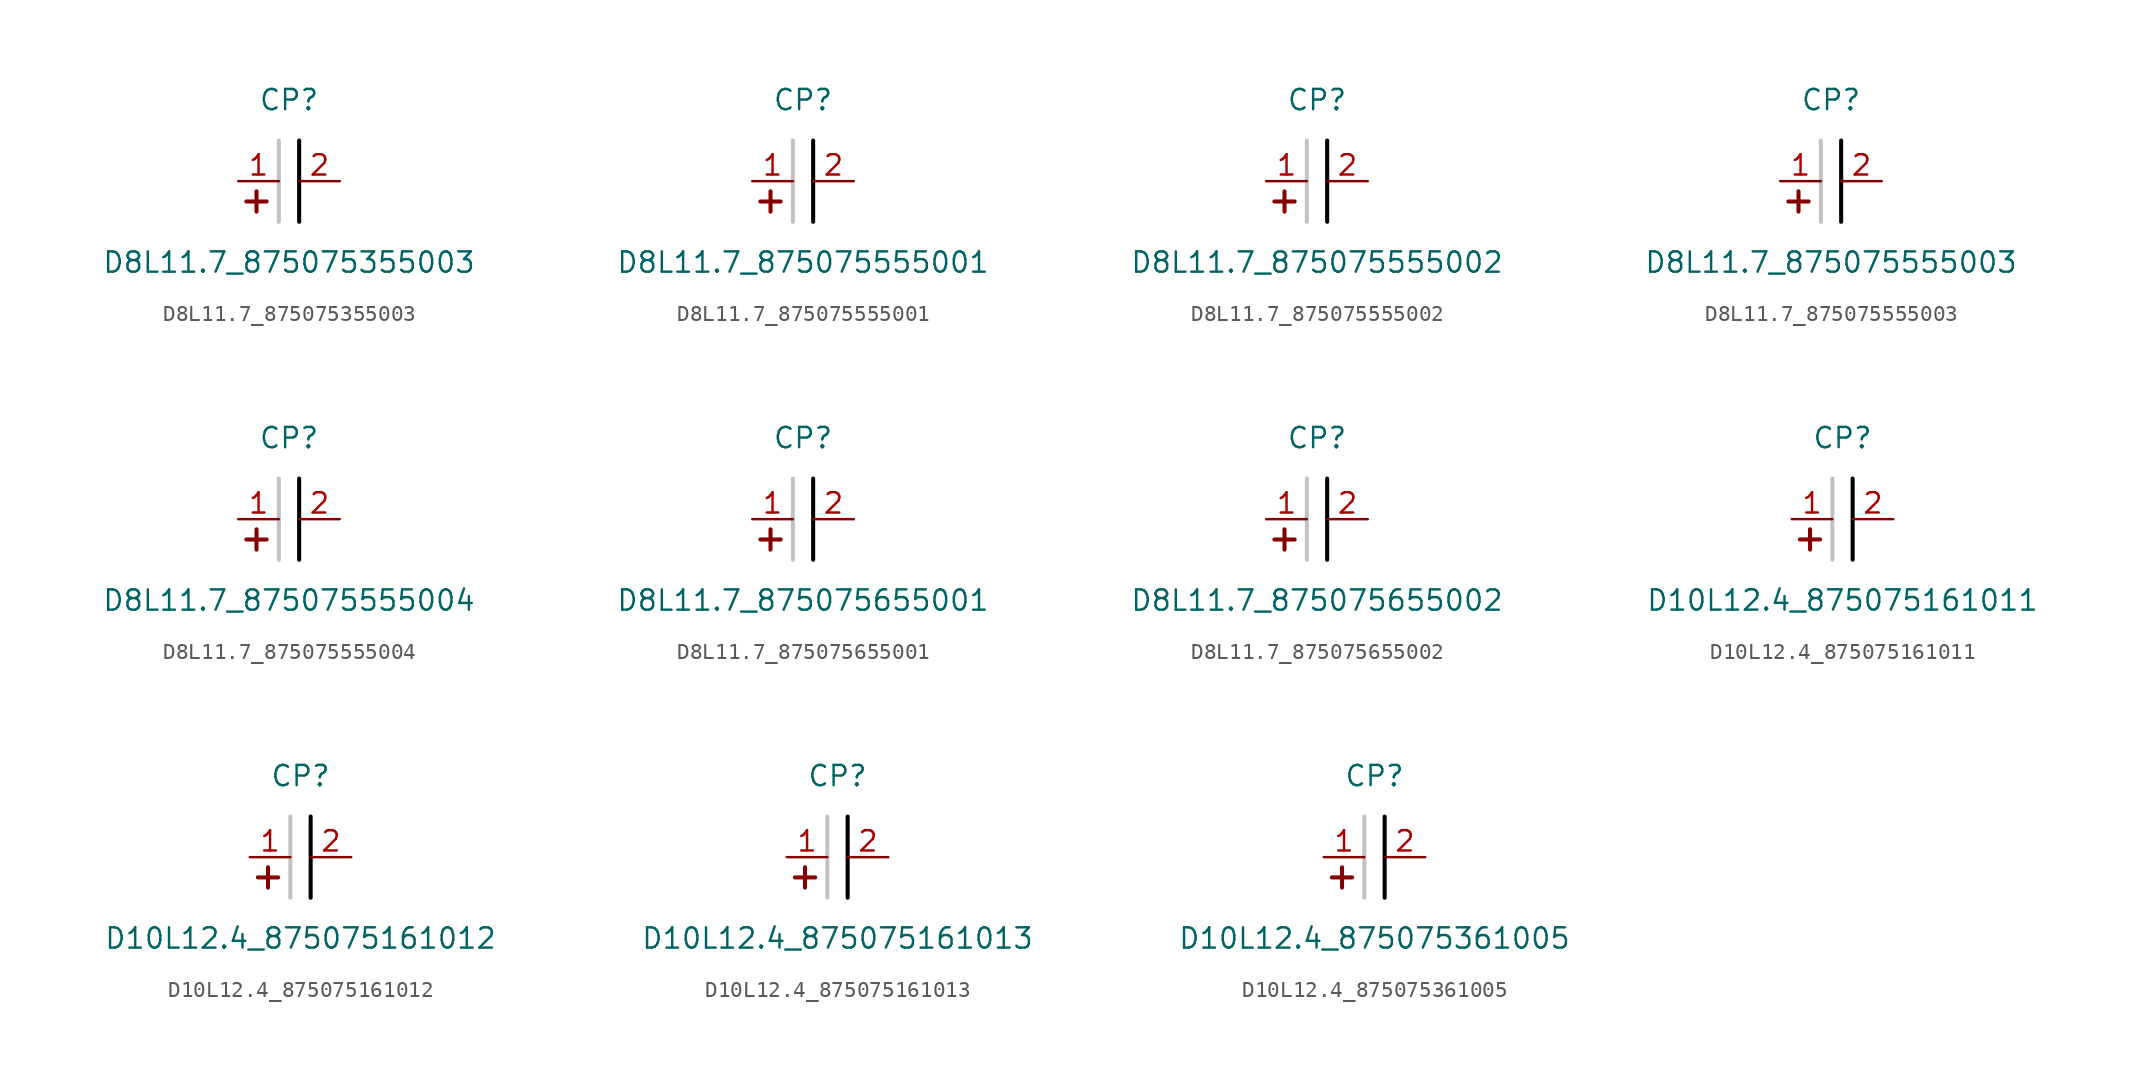
<source format=kicad_sym>
(kicad_symbol_lib
  (version 20220914)
  (generator kicad_symbol_editor)
  (symbol "D8L11.7_875075355003"
    (pin_names hide)
    (property "Reference" "CP"
      (at 0 5.08 0)
      (effects (font (size 1.27 1.27))))
    (property "Value" "D8L11.7_875075355003"
      (at 0 -5.08 0)
      (effects (font (size 1.27 1.27))))
    (symbol "D8L11.7_875075355003_1_1"
      (polyline (pts (xy -2.667 -1.27) (xy -1.397 -1.27)) (stroke (width 0.254) (type default)) (fill (type none)))
      (polyline (pts (xy -2.032 -0.635) (xy -2.032 -1.905)) (stroke (width 0.254) (type default)) (fill (type none)))
      (polyline (pts (xy -0.635 2.54) (xy -0.635 -2.54)) (stroke (width 0.254) (type default) (color 194 194 194 1)) (fill (type none)))
      (polyline (pts (xy 0.635 2.54) (xy 0.635 -2.54)) (stroke (width 0.254) (type default) (color 0 0 0 1)) (fill (type none)))
      (pin passive line (at -3.175 0 0) (length 2.54) (name "1" (effects (font (size 1.27 1.27)))) (number "1" (effects (font (size 1.27 1.27)))))
      (pin passive line (at 3.175 0 180) (length 2.54) (name "2" (effects (font (size 1.27 1.27)))) (number "2" (effects (font (size 1.27 1.27)))))))
  (symbol "D8L11.7_875075555001"
    (pin_names hide)
    (property "Reference" "CP"
      (at 0 5.08 0)
      (effects (font (size 1.27 1.27))))
    (property "Value" "D8L11.7_875075555001"
      (at 0 -5.08 0)
      (effects (font (size 1.27 1.27))))
    (symbol "D8L11.7_875075555001_1_1"
      (polyline (pts (xy -2.667 -1.27) (xy -1.397 -1.27)) (stroke (width 0.254) (type default)) (fill (type none)))
      (polyline (pts (xy -2.032 -0.635) (xy -2.032 -1.905)) (stroke (width 0.254) (type default)) (fill (type none)))
      (polyline (pts (xy -0.635 2.54) (xy -0.635 -2.54)) (stroke (width 0.254) (type default) (color 194 194 194 1)) (fill (type none)))
      (polyline (pts (xy 0.635 2.54) (xy 0.635 -2.54)) (stroke (width 0.254) (type default) (color 0 0 0 1)) (fill (type none)))
      (pin passive line (at -3.175 0 0) (length 2.54) (name "1" (effects (font (size 1.27 1.27)))) (number "1" (effects (font (size 1.27 1.27)))))
      (pin passive line (at 3.175 0 180) (length 2.54) (name "2" (effects (font (size 1.27 1.27)))) (number "2" (effects (font (size 1.27 1.27)))))))
  (symbol "D8L11.7_875075555002"
    (pin_names hide)
    (property "Reference" "CP"
      (at 0 5.08 0)
      (effects (font (size 1.27 1.27))))
    (property "Value" "D8L11.7_875075555002"
      (at 0 -5.08 0)
      (effects (font (size 1.27 1.27))))
    (symbol "D8L11.7_875075555002_1_1"
      (polyline (pts (xy -2.667 -1.27) (xy -1.397 -1.27)) (stroke (width 0.254) (type default)) (fill (type none)))
      (polyline (pts (xy -2.032 -0.635) (xy -2.032 -1.905)) (stroke (width 0.254) (type default)) (fill (type none)))
      (polyline (pts (xy -0.635 2.54) (xy -0.635 -2.54)) (stroke (width 0.254) (type default) (color 194 194 194 1)) (fill (type none)))
      (polyline (pts (xy 0.635 2.54) (xy 0.635 -2.54)) (stroke (width 0.254) (type default) (color 0 0 0 1)) (fill (type none)))
      (pin passive line (at -3.175 0 0) (length 2.54) (name "1" (effects (font (size 1.27 1.27)))) (number "1" (effects (font (size 1.27 1.27)))))
      (pin passive line (at 3.175 0 180) (length 2.54) (name "2" (effects (font (size 1.27 1.27)))) (number "2" (effects (font (size 1.27 1.27)))))))
  (symbol "D8L11.7_875075555003"
    (pin_names hide)
    (property "Reference" "CP"
      (at 0 5.08 0)
      (effects (font (size 1.27 1.27))))
    (property "Value" "D8L11.7_875075555003"
      (at 0 -5.08 0)
      (effects (font (size 1.27 1.27))))
    (symbol "D8L11.7_875075555003_1_1"
      (polyline (pts (xy -2.667 -1.27) (xy -1.397 -1.27)) (stroke (width 0.254) (type default)) (fill (type none)))
      (polyline (pts (xy -2.032 -0.635) (xy -2.032 -1.905)) (stroke (width 0.254) (type default)) (fill (type none)))
      (polyline (pts (xy -0.635 2.54) (xy -0.635 -2.54)) (stroke (width 0.254) (type default) (color 194 194 194 1)) (fill (type none)))
      (polyline (pts (xy 0.635 2.54) (xy 0.635 -2.54)) (stroke (width 0.254) (type default) (color 0 0 0 1)) (fill (type none)))
      (pin passive line (at -3.175 0 0) (length 2.54) (name "1" (effects (font (size 1.27 1.27)))) (number "1" (effects (font (size 1.27 1.27)))))
      (pin passive line (at 3.175 0 180) (length 2.54) (name "2" (effects (font (size 1.27 1.27)))) (number "2" (effects (font (size 1.27 1.27)))))))
  (symbol "D8L11.7_875075555004"
    (pin_names hide)
    (property "Reference" "CP"
      (at 0 5.08 0)
      (effects (font (size 1.27 1.27))))
    (property "Value" "D8L11.7_875075555004"
      (at 0 -5.08 0)
      (effects (font (size 1.27 1.27))))
    (symbol "D8L11.7_875075555004_1_1"
      (polyline (pts (xy -2.667 -1.27) (xy -1.397 -1.27)) (stroke (width 0.254) (type default)) (fill (type none)))
      (polyline (pts (xy -2.032 -0.635) (xy -2.032 -1.905)) (stroke (width 0.254) (type default)) (fill (type none)))
      (polyline (pts (xy -0.635 2.54) (xy -0.635 -2.54)) (stroke (width 0.254) (type default) (color 194 194 194 1)) (fill (type none)))
      (polyline (pts (xy 0.635 2.54) (xy 0.635 -2.54)) (stroke (width 0.254) (type default) (color 0 0 0 1)) (fill (type none)))
      (pin passive line (at -3.175 0 0) (length 2.54) (name "1" (effects (font (size 1.27 1.27)))) (number "1" (effects (font (size 1.27 1.27)))))
      (pin passive line (at 3.175 0 180) (length 2.54) (name "2" (effects (font (size 1.27 1.27)))) (number "2" (effects (font (size 1.27 1.27)))))))
  (symbol "D8L11.7_875075655001"
    (pin_names hide)
    (property "Reference" "CP"
      (at 0 5.08 0)
      (effects (font (size 1.27 1.27))))
    (property "Value" "D8L11.7_875075655001"
      (at 0 -5.08 0)
      (effects (font (size 1.27 1.27))))
    (symbol "D8L11.7_875075655001_1_1"
      (polyline (pts (xy -2.667 -1.27) (xy -1.397 -1.27)) (stroke (width 0.254) (type default)) (fill (type none)))
      (polyline (pts (xy -2.032 -0.635) (xy -2.032 -1.905)) (stroke (width 0.254) (type default)) (fill (type none)))
      (polyline (pts (xy -0.635 2.54) (xy -0.635 -2.54)) (stroke (width 0.254) (type default) (color 194 194 194 1)) (fill (type none)))
      (polyline (pts (xy 0.635 2.54) (xy 0.635 -2.54)) (stroke (width 0.254) (type default) (color 0 0 0 1)) (fill (type none)))
      (pin passive line (at -3.175 0 0) (length 2.54) (name "1" (effects (font (size 1.27 1.27)))) (number "1" (effects (font (size 1.27 1.27)))))
      (pin passive line (at 3.175 0 180) (length 2.54) (name "2" (effects (font (size 1.27 1.27)))) (number "2" (effects (font (size 1.27 1.27)))))))
  (symbol "D8L11.7_875075655002"
    (pin_names hide)
    (property "Reference" "CP"
      (at 0 5.08 0)
      (effects (font (size 1.27 1.27))))
    (property "Value" "D8L11.7_875075655002"
      (at 0 -5.08 0)
      (effects (font (size 1.27 1.27))))
    (symbol "D8L11.7_875075655002_1_1"
      (polyline (pts (xy -2.667 -1.27) (xy -1.397 -1.27)) (stroke (width 0.254) (type default)) (fill (type none)))
      (polyline (pts (xy -2.032 -0.635) (xy -2.032 -1.905)) (stroke (width 0.254) (type default)) (fill (type none)))
      (polyline (pts (xy -0.635 2.54) (xy -0.635 -2.54)) (stroke (width 0.254) (type default) (color 194 194 194 1)) (fill (type none)))
      (polyline (pts (xy 0.635 2.54) (xy 0.635 -2.54)) (stroke (width 0.254) (type default) (color 0 0 0 1)) (fill (type none)))
      (pin passive line (at -3.175 0 0) (length 2.54) (name "1" (effects (font (size 1.27 1.27)))) (number "1" (effects (font (size 1.27 1.27)))))
      (pin passive line (at 3.175 0 180) (length 2.54) (name "2" (effects (font (size 1.27 1.27)))) (number "2" (effects (font (size 1.27 1.27)))))))
  (symbol "D10L12.4_875075161011"
    (pin_names hide)
    (property "Reference" "CP"
      (at 0 5.08 0)
      (effects (font (size 1.27 1.27))))
    (property "Value" "D10L12.4_875075161011"
      (at 0 -5.08 0)
      (effects (font (size 1.27 1.27))))
    (symbol "D10L12.4_875075161011_1_1"
      (polyline (pts (xy -2.667 -1.27) (xy -1.397 -1.27)) (stroke (width 0.254) (type default)) (fill (type none)))
      (polyline (pts (xy -2.032 -0.635) (xy -2.032 -1.905)) (stroke (width 0.254) (type default)) (fill (type none)))
      (polyline (pts (xy -0.635 2.54) (xy -0.635 -2.54)) (stroke (width 0.254) (type default) (color 194 194 194 1)) (fill (type none)))
      (polyline (pts (xy 0.635 2.54) (xy 0.635 -2.54)) (stroke (width 0.254) (type default) (color 0 0 0 1)) (fill (type none)))
      (pin passive line (at -3.175 0 0) (length 2.54) (name "1" (effects (font (size 1.27 1.27)))) (number "1" (effects (font (size 1.27 1.27)))))
      (pin passive line (at 3.175 0 180) (length 2.54) (name "2" (effects (font (size 1.27 1.27)))) (number "2" (effects (font (size 1.27 1.27)))))))
  (symbol "D10L12.4_875075161012"
    (pin_names hide)
    (property "Reference" "CP"
      (at 0 5.08 0)
      (effects (font (size 1.27 1.27))))
    (property "Value" "D10L12.4_875075161012"
      (at 0 -5.08 0)
      (effects (font (size 1.27 1.27))))
    (symbol "D10L12.4_875075161012_1_1"
      (polyline (pts (xy -2.667 -1.27) (xy -1.397 -1.27)) (stroke (width 0.254) (type default)) (fill (type none)))
      (polyline (pts (xy -2.032 -0.635) (xy -2.032 -1.905)) (stroke (width 0.254) (type default)) (fill (type none)))
      (polyline (pts (xy -0.635 2.54) (xy -0.635 -2.54)) (stroke (width 0.254) (type default) (color 194 194 194 1)) (fill (type none)))
      (polyline (pts (xy 0.635 2.54) (xy 0.635 -2.54)) (stroke (width 0.254) (type default) (color 0 0 0 1)) (fill (type none)))
      (pin passive line (at -3.175 0 0) (length 2.54) (name "1" (effects (font (size 1.27 1.27)))) (number "1" (effects (font (size 1.27 1.27)))))
      (pin passive line (at 3.175 0 180) (length 2.54) (name "2" (effects (font (size 1.27 1.27)))) (number "2" (effects (font (size 1.27 1.27)))))))
  (symbol "D10L12.4_875075161013"
    (pin_names hide)
    (property "Reference" "CP"
      (at 0 5.08 0)
      (effects (font (size 1.27 1.27))))
    (property "Value" "D10L12.4_875075161013"
      (at 0 -5.08 0)
      (effects (font (size 1.27 1.27))))
    (symbol "D10L12.4_875075161013_1_1"
      (polyline (pts (xy -2.667 -1.27) (xy -1.397 -1.27)) (stroke (width 0.254) (type default)) (fill (type none)))
      (polyline (pts (xy -2.032 -0.635) (xy -2.032 -1.905)) (stroke (width 0.254) (type default)) (fill (type none)))
      (polyline (pts (xy -0.635 2.54) (xy -0.635 -2.54)) (stroke (width 0.254) (type default) (color 194 194 194 1)) (fill (type none)))
      (polyline (pts (xy 0.635 2.54) (xy 0.635 -2.54)) (stroke (width 0.254) (type default) (color 0 0 0 1)) (fill (type none)))
      (pin passive line (at -3.175 0 0) (length 2.54) (name "1" (effects (font (size 1.27 1.27)))) (number "1" (effects (font (size 1.27 1.27)))))
      (pin passive line (at 3.175 0 180) (length 2.54) (name "2" (effects (font (size 1.27 1.27)))) (number "2" (effects (font (size 1.27 1.27)))))))
  (symbol "D10L12.4_875075361005"
    (pin_names hide)
    (property "Reference" "CP"
      (at 0 5.08 0)
      (effects (font (size 1.27 1.27))))
    (property "Value" "D10L12.4_875075361005"
      (at 0 -5.08 0)
      (effects (font (size 1.27 1.27))))
    (symbol "D10L12.4_875075361005_1_1"
      (polyline (pts (xy -2.667 -1.27) (xy -1.397 -1.27)) (stroke (width 0.254) (type default)) (fill (type none)))
      (polyline (pts (xy -2.032 -0.635) (xy -2.032 -1.905)) (stroke (width 0.254) (type default)) (fill (type none)))
      (polyline (pts (xy -0.635 2.54) (xy -0.635 -2.54)) (stroke (width 0.254) (type default) (color 194 194 194 1)) (fill (type none)))
      (polyline (pts (xy 0.635 2.54) (xy 0.635 -2.54)) (stroke (width 0.254) (type default) (color 0 0 0 1)) (fill (type none)))
      (pin passive line (at -3.175 0 0) (length 2.54) (name "1" (effects (font (size 1.27 1.27)))) (number "1" (effects (font (size 1.27 1.27)))))
      (pin passive line (at 3.175 0 180) (length 2.54) (name "2" (effects (font (size 1.27 1.27)))) (number "2" (effects (font (size 1.27 1.27))))))))
</source>
